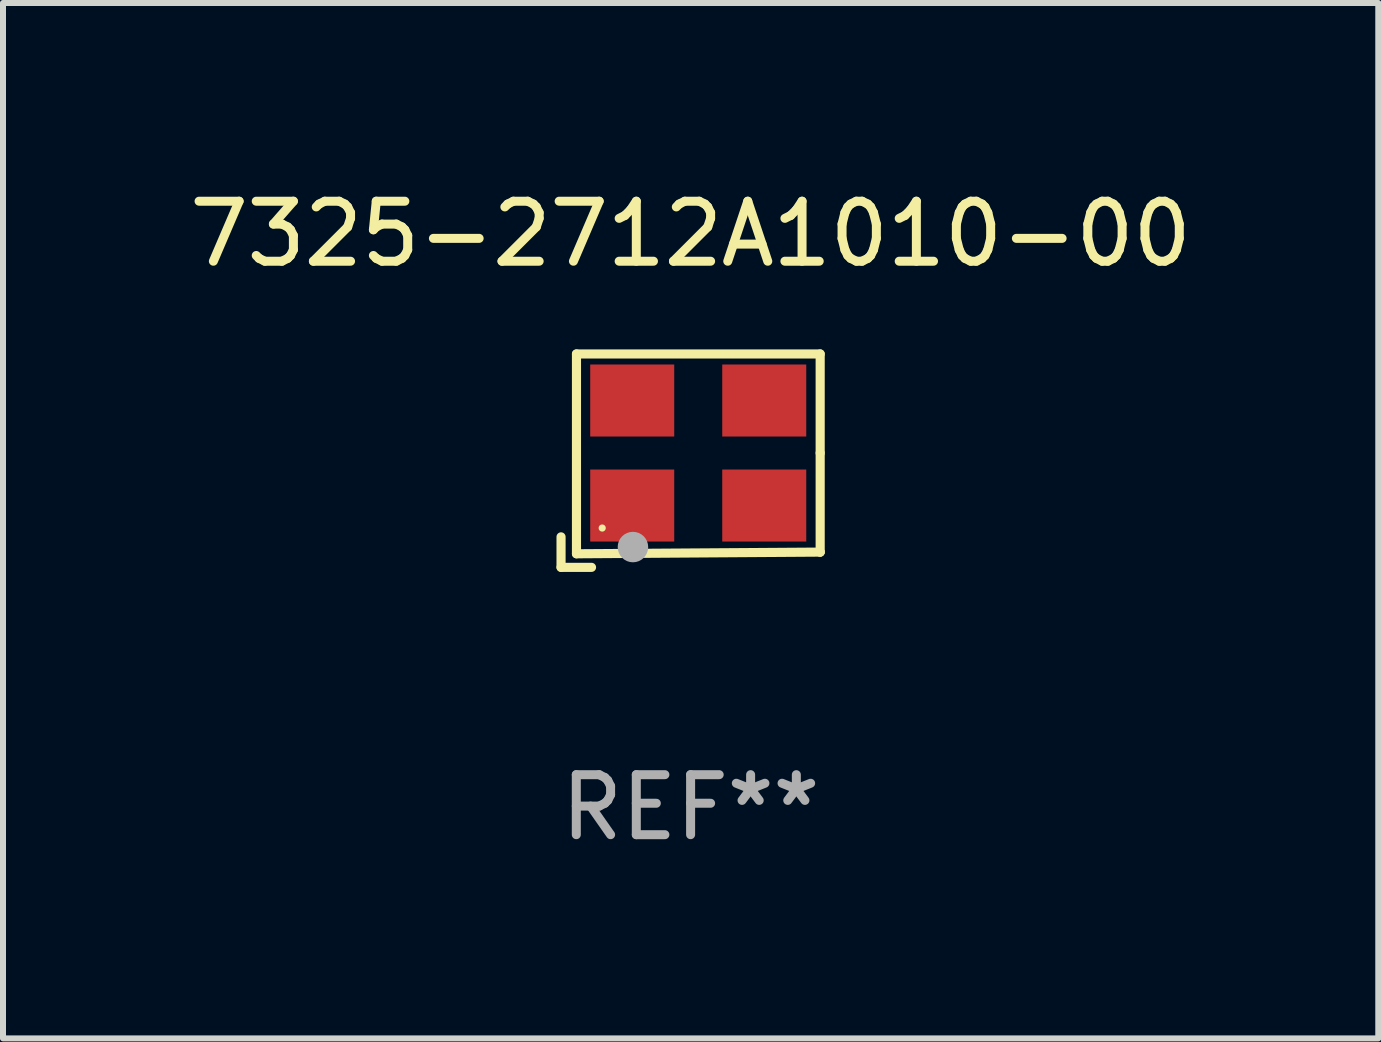
<source format=kicad_pcb>
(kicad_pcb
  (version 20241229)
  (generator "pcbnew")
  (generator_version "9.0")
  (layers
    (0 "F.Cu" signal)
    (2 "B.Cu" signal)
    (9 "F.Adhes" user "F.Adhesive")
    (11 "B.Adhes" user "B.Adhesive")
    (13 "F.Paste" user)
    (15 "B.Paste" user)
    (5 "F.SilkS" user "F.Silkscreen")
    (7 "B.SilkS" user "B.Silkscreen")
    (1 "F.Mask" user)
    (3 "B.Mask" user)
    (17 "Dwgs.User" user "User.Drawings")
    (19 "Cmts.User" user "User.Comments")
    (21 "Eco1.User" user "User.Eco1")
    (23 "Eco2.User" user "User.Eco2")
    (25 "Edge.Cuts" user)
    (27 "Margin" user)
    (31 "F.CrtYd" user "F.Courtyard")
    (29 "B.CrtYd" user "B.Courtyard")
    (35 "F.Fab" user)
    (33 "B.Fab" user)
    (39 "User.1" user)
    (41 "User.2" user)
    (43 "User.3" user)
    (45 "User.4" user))
  (footprint "7325-2712A1010-00"
    (layer "F.Cu")
    (at 8.458 4.626)
    (property "Reference" "7325-2712A1010-00" (at 0 -3.778 0) (layer "F.SilkS") (effects (font (size 1 1) (thickness 0.15))))
    (attr through_hole)
    (fp_line (start -2.159 1.27) (end -2.159 1.778) (stroke (width 0.152) (type solid)) (layer "F.SilkS"))
    (fp_line (start -2.159 1.778) (end -1.651 1.778) (stroke (width 0.152) (type solid)) (layer "F.SilkS"))
    (fp_line (start -1.902 -1.778) (end 2.159 -1.778) (stroke (width 0.152) (type solid)) (layer "F.SilkS"))
    (fp_line (start -1.902 1.552) (end -1.902 -1.778) (stroke (width 0.152) (type solid)) (layer "F.SilkS"))
    (fp_line (start 2.159 -1.778) (end 2.159 -0.127) (stroke (width 0.152) (type solid)) (layer "F.SilkS"))
    (fp_line (start 2.159 -0.127) (end 2.159 1.524) (stroke (width 0.152) (type solid)) (layer "F.SilkS"))
    (fp_line (start 2.159 1.524) (end -1.902 1.552) (stroke (width 0.152) (type solid)) (layer "F.SilkS"))
    (fp_line (start 2.159 1.524) (end 2.159 1.524) (stroke (width 0.152) (type solid)) (layer "F.SilkS"))
    (fp_circle (center -1.473 1.123) (end -1.443 1.123) (stroke (width 0.06) (type solid)) (fill no) (layer "F.SilkS"))
    (fp_circle (center -0.961 1.44) (end -0.834 1.44) (stroke (width 0.254) (type solid)) (fill no) (layer "F.Fab"))
    (fp_text user "REF**" (at 0 5.778 0) (layer "F.Fab") (effects (font (size 1 1) (thickness 0.15))))
    (pad "1" smd rect (at -0.973 0.748) (size 1.4 1.2) (layers "F.Cu" "F.Mask" "F.Paste"))
    (pad "2" smd rect (at 1.227 0.748) (size 1.4 1.2) (layers "F.Cu" "F.Mask" "F.Paste"))
    (pad "3" smd rect (at 1.227 -1.002) (size 1.4 1.2) (layers "F.Cu" "F.Mask" "F.Paste"))
    (pad "4" smd rect (at -0.973 -1.002) (size 1.4 1.2) (layers "F.Cu" "F.Mask" "F.Paste")))
  (gr_rect
    (start -3 -3)
    (end 19.917 14.253)
    (stroke (width 0.1) (type default))
    (fill no)
    (layer "Edge.Cuts")))
</source>
